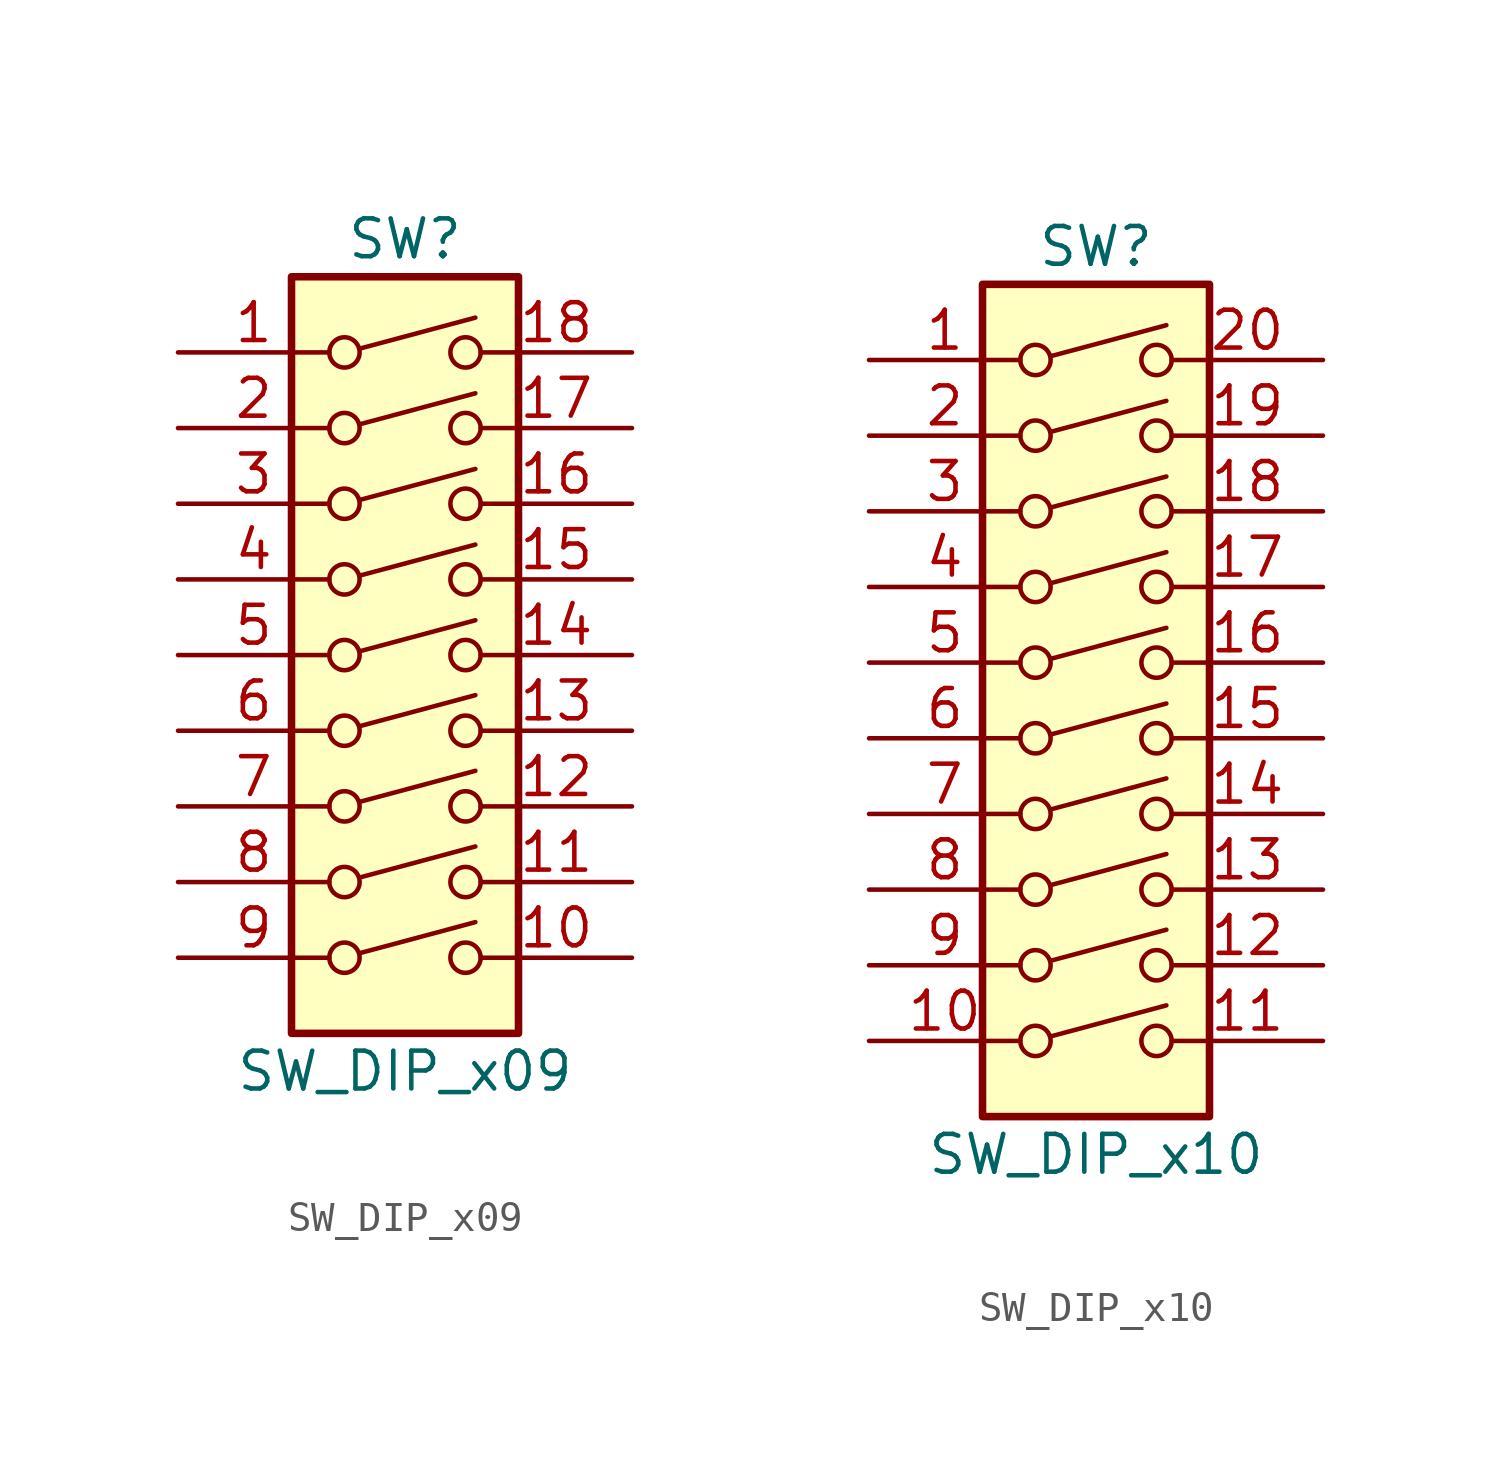
<source format=kicad_sym>
(kicad_symbol_lib
  (version 20241209)
  (generator "kicad_symbol_editor")
  (generator_version "9.0")
  (symbol "SW_DIP_x09"
    (pin_names
      (offset 0)
      (hide yes))
    (property "Reference" "SW"
      (at 0 13.97 0)
      (effects (font (size 1.27 1.27))))
    (property "Value" "SW_DIP_x09"
      (at 0 -13.97 0)
      (effects (font (size 1.27 1.27))))
    (symbol "SW_DIP_x09_0_0"
      (circle (center -2.032 10.16) (radius 0.508) (stroke (width 0) (type default)) (fill (type none)))
      (circle (center -2.032 7.62) (radius 0.508) (stroke (width 0) (type default)) (fill (type none)))
      (circle (center -2.032 5.08) (radius 0.508) (stroke (width 0) (type default)) (fill (type none)))
      (circle (center -2.032 2.54) (radius 0.508) (stroke (width 0) (type default)) (fill (type none)))
      (circle (center -2.032 0) (radius 0.508) (stroke (width 0) (type default)) (fill (type none)))
      (circle (center -2.032 -2.54) (radius 0.508) (stroke (width 0) (type default)) (fill (type none)))
      (circle (center -2.032 -5.08) (radius 0.508) (stroke (width 0) (type default)) (fill (type none)))
      (circle (center -2.032 -7.62) (radius 0.508) (stroke (width 0) (type default)) (fill (type none)))
      (circle (center -2.032 -10.16) (radius 0.508) (stroke (width 0) (type default)) (fill (type none)))
      (polyline (pts (xy -1.524 10.287) (xy 2.362 11.328)) (stroke (width 0) (type default)) (fill (type none)))
      (polyline (pts (xy -1.524 7.747) (xy 2.362 8.788)) (stroke (width 0) (type default)) (fill (type none)))
      (polyline (pts (xy -1.524 5.207) (xy 2.362 6.248)) (stroke (width 0) (type default)) (fill (type none)))
      (polyline (pts (xy -1.524 2.667) (xy 2.362 3.708)) (stroke (width 0) (type default)) (fill (type none)))
      (polyline (pts (xy -1.524 0.127) (xy 2.362 1.168)) (stroke (width 0) (type default)) (fill (type none)))
      (polyline (pts (xy -1.524 -2.388) (xy 2.362 -1.346)) (stroke (width 0) (type default)) (fill (type none)))
      (polyline (pts (xy -1.524 -4.928) (xy 2.362 -3.886)) (stroke (width 0) (type default)) (fill (type none)))
      (polyline (pts (xy -1.524 -7.468) (xy 2.362 -6.426)) (stroke (width 0) (type default)) (fill (type none)))
      (polyline (pts (xy -1.524 -10.008) (xy 2.362 -8.966)) (stroke (width 0) (type default)) (fill (type none)))
      (circle (center 2.032 10.16) (radius 0.508) (stroke (width 0) (type default)) (fill (type none)))
      (circle (center 2.032 7.62) (radius 0.508) (stroke (width 0) (type default)) (fill (type none)))
      (circle (center 2.032 5.08) (radius 0.508) (stroke (width 0) (type default)) (fill (type none)))
      (circle (center 2.032 2.54) (radius 0.508) (stroke (width 0) (type default)) (fill (type none)))
      (circle (center 2.032 0) (radius 0.508) (stroke (width 0) (type default)) (fill (type none)))
      (circle (center 2.032 -2.54) (radius 0.508) (stroke (width 0) (type default)) (fill (type none)))
      (circle (center 2.032 -5.08) (radius 0.508) (stroke (width 0) (type default)) (fill (type none)))
      (circle (center 2.032 -7.62) (radius 0.508) (stroke (width 0) (type default)) (fill (type none)))
      (circle (center 2.032 -10.16) (radius 0.508) (stroke (width 0) (type default)) (fill (type none))))
    (symbol "SW_DIP_x09_0_1"
      (rectangle (start -3.81 12.7) (end 3.81 -12.7) (stroke (width 0.254) (type default)) (fill (type background))))
    (symbol "SW_DIP_x09_1_1"
      (pin passive line (at -7.62 10.16 0) (length 5.08) (name "~" (effects (font (size 1.27 1.27)))) (number "1" (effects (font (size 1.27 1.27)))))
      (pin passive line (at -7.62 7.62 0) (length 5.08) (name "~" (effects (font (size 1.27 1.27)))) (number "2" (effects (font (size 1.27 1.27)))))
      (pin passive line (at -7.62 5.08 0) (length 5.08) (name "~" (effects (font (size 1.27 1.27)))) (number "3" (effects (font (size 1.27 1.27)))))
      (pin passive line (at -7.62 2.54 0) (length 5.08) (name "~" (effects (font (size 1.27 1.27)))) (number "4" (effects (font (size 1.27 1.27)))))
      (pin passive line (at -7.62 0 0) (length 5.08) (name "~" (effects (font (size 1.27 1.27)))) (number "5" (effects (font (size 1.27 1.27)))))
      (pin passive line (at -7.62 -2.54 0) (length 5.08) (name "~" (effects (font (size 1.27 1.27)))) (number "6" (effects (font (size 1.27 1.27)))))
      (pin passive line (at -7.62 -5.08 0) (length 5.08) (name "~" (effects (font (size 1.27 1.27)))) (number "7" (effects (font (size 1.27 1.27)))))
      (pin passive line (at -7.62 -7.62 0) (length 5.08) (name "~" (effects (font (size 1.27 1.27)))) (number "8" (effects (font (size 1.27 1.27)))))
      (pin passive line (at -7.62 -10.16 0) (length 5.08) (name "~" (effects (font (size 1.27 1.27)))) (number "9" (effects (font (size 1.27 1.27)))))
      (pin passive line (at 7.62 10.16 180) (length 5.08) (name "~" (effects (font (size 1.27 1.27)))) (number "18" (effects (font (size 1.27 1.27)))))
      (pin passive line (at 7.62 7.62 180) (length 5.08) (name "~" (effects (font (size 1.27 1.27)))) (number "17" (effects (font (size 1.27 1.27)))))
      (pin passive line (at 7.62 5.08 180) (length 5.08) (name "~" (effects (font (size 1.27 1.27)))) (number "16" (effects (font (size 1.27 1.27)))))
      (pin passive line (at 7.62 2.54 180) (length 5.08) (name "~" (effects (font (size 1.27 1.27)))) (number "15" (effects (font (size 1.27 1.27)))))
      (pin passive line (at 7.62 0 180) (length 5.08) (name "~" (effects (font (size 1.27 1.27)))) (number "14" (effects (font (size 1.27 1.27)))))
      (pin passive line (at 7.62 -2.54 180) (length 5.08) (name "~" (effects (font (size 1.27 1.27)))) (number "13" (effects (font (size 1.27 1.27)))))
      (pin passive line (at 7.62 -5.08 180) (length 5.08) (name "~" (effects (font (size 1.27 1.27)))) (number "12" (effects (font (size 1.27 1.27)))))
      (pin passive line (at 7.62 -7.62 180) (length 5.08) (name "~" (effects (font (size 1.27 1.27)))) (number "11" (effects (font (size 1.27 1.27)))))
      (pin passive line (at 7.62 -10.16 180) (length 5.08) (name "~" (effects (font (size 1.27 1.27)))) (number "10" (effects (font (size 1.27 1.27)))))))
  (symbol "SW_DIP_x10"
    (pin_names
      (offset 0)
      (hide yes))
    (property "Reference" "SW"
      (at 0 16.51 0)
      (effects (font (size 1.27 1.27))))
    (property "Value" "SW_DIP_x10"
      (at 0 -13.97 0)
      (effects (font (size 1.27 1.27))))
    (symbol "SW_DIP_x10_0_0"
      (circle (center -2.032 12.7) (radius 0.508) (stroke (width 0) (type default)) (fill (type none)))
      (circle (center -2.032 10.16) (radius 0.508) (stroke (width 0) (type default)) (fill (type none)))
      (circle (center -2.032 7.62) (radius 0.508) (stroke (width 0) (type default)) (fill (type none)))
      (circle (center -2.032 5.08) (radius 0.508) (stroke (width 0) (type default)) (fill (type none)))
      (circle (center -2.032 2.54) (radius 0.508) (stroke (width 0) (type default)) (fill (type none)))
      (circle (center -2.032 0) (radius 0.508) (stroke (width 0) (type default)) (fill (type none)))
      (circle (center -2.032 -2.54) (radius 0.508) (stroke (width 0) (type default)) (fill (type none)))
      (circle (center -2.032 -5.08) (radius 0.508) (stroke (width 0) (type default)) (fill (type none)))
      (circle (center -2.032 -7.62) (radius 0.508) (stroke (width 0) (type default)) (fill (type none)))
      (circle (center -2.032 -10.16) (radius 0.508) (stroke (width 0) (type default)) (fill (type none)))
      (polyline (pts (xy -1.524 12.827) (xy 2.362 13.868)) (stroke (width 0) (type default)) (fill (type none)))
      (polyline (pts (xy -1.524 10.287) (xy 2.362 11.328)) (stroke (width 0) (type default)) (fill (type none)))
      (polyline (pts (xy -1.524 7.747) (xy 2.362 8.788)) (stroke (width 0) (type default)) (fill (type none)))
      (polyline (pts (xy -1.524 5.207) (xy 2.362 6.248)) (stroke (width 0) (type default)) (fill (type none)))
      (polyline (pts (xy -1.524 2.667) (xy 2.362 3.708)) (stroke (width 0) (type default)) (fill (type none)))
      (polyline (pts (xy -1.524 0.127) (xy 2.362 1.168)) (stroke (width 0) (type default)) (fill (type none)))
      (polyline (pts (xy -1.524 -2.388) (xy 2.362 -1.346)) (stroke (width 0) (type default)) (fill (type none)))
      (polyline (pts (xy -1.524 -4.928) (xy 2.362 -3.886)) (stroke (width 0) (type default)) (fill (type none)))
      (polyline (pts (xy -1.524 -7.468) (xy 2.362 -6.426)) (stroke (width 0) (type default)) (fill (type none)))
      (polyline (pts (xy -1.524 -10.008) (xy 2.362 -8.966)) (stroke (width 0) (type default)) (fill (type none)))
      (circle (center 2.032 12.7) (radius 0.508) (stroke (width 0) (type default)) (fill (type none)))
      (circle (center 2.032 10.16) (radius 0.508) (stroke (width 0) (type default)) (fill (type none)))
      (circle (center 2.032 7.62) (radius 0.508) (stroke (width 0) (type default)) (fill (type none)))
      (circle (center 2.032 5.08) (radius 0.508) (stroke (width 0) (type default)) (fill (type none)))
      (circle (center 2.032 2.54) (radius 0.508) (stroke (width 0) (type default)) (fill (type none)))
      (circle (center 2.032 0) (radius 0.508) (stroke (width 0) (type default)) (fill (type none)))
      (circle (center 2.032 -2.54) (radius 0.508) (stroke (width 0) (type default)) (fill (type none)))
      (circle (center 2.032 -5.08) (radius 0.508) (stroke (width 0) (type default)) (fill (type none)))
      (circle (center 2.032 -7.62) (radius 0.508) (stroke (width 0) (type default)) (fill (type none)))
      (circle (center 2.032 -10.16) (radius 0.508) (stroke (width 0) (type default)) (fill (type none))))
    (symbol "SW_DIP_x10_0_1"
      (rectangle (start -3.81 15.24) (end 3.81 -12.7) (stroke (width 0.254) (type default)) (fill (type background))))
    (symbol "SW_DIP_x10_1_1"
      (pin passive line (at -7.62 12.7 0) (length 5.08) (name "~" (effects (font (size 1.27 1.27)))) (number "1" (effects (font (size 1.27 1.27)))))
      (pin passive line (at -7.62 10.16 0) (length 5.08) (name "~" (effects (font (size 1.27 1.27)))) (number "2" (effects (font (size 1.27 1.27)))))
      (pin passive line (at -7.62 7.62 0) (length 5.08) (name "~" (effects (font (size 1.27 1.27)))) (number "3" (effects (font (size 1.27 1.27)))))
      (pin passive line (at -7.62 5.08 0) (length 5.08) (name "~" (effects (font (size 1.27 1.27)))) (number "4" (effects (font (size 1.27 1.27)))))
      (pin passive line (at -7.62 2.54 0) (length 5.08) (name "~" (effects (font (size 1.27 1.27)))) (number "5" (effects (font (size 1.27 1.27)))))
      (pin passive line (at -7.62 0 0) (length 5.08) (name "~" (effects (font (size 1.27 1.27)))) (number "6" (effects (font (size 1.27 1.27)))))
      (pin passive line (at -7.62 -2.54 0) (length 5.08) (name "~" (effects (font (size 1.27 1.27)))) (number "7" (effects (font (size 1.27 1.27)))))
      (pin passive line (at -7.62 -5.08 0) (length 5.08) (name "~" (effects (font (size 1.27 1.27)))) (number "8" (effects (font (size 1.27 1.27)))))
      (pin passive line (at -7.62 -7.62 0) (length 5.08) (name "~" (effects (font (size 1.27 1.27)))) (number "9" (effects (font (size 1.27 1.27)))))
      (pin passive line (at -7.62 -10.16 0) (length 5.08) (name "~" (effects (font (size 1.27 1.27)))) (number "10" (effects (font (size 1.27 1.27)))))
      (pin passive line (at 7.62 12.7 180) (length 5.08) (name "~" (effects (font (size 1.27 1.27)))) (number "20" (effects (font (size 1.27 1.27)))))
      (pin passive line (at 7.62 10.16 180) (length 5.08) (name "~" (effects (font (size 1.27 1.27)))) (number "19" (effects (font (size 1.27 1.27)))))
      (pin passive line (at 7.62 7.62 180) (length 5.08) (name "~" (effects (font (size 1.27 1.27)))) (number "18" (effects (font (size 1.27 1.27)))))
      (pin passive line (at 7.62 5.08 180) (length 5.08) (name "~" (effects (font (size 1.27 1.27)))) (number "17" (effects (font (size 1.27 1.27)))))
      (pin passive line (at 7.62 2.54 180) (length 5.08) (name "~" (effects (font (size 1.27 1.27)))) (number "16" (effects (font (size 1.27 1.27)))))
      (pin passive line (at 7.62 0 180) (length 5.08) (name "~" (effects (font (size 1.27 1.27)))) (number "15" (effects (font (size 1.27 1.27)))))
      (pin passive line (at 7.62 -2.54 180) (length 5.08) (name "~" (effects (font (size 1.27 1.27)))) (number "14" (effects (font (size 1.27 1.27)))))
      (pin passive line (at 7.62 -5.08 180) (length 5.08) (name "~" (effects (font (size 1.27 1.27)))) (number "13" (effects (font (size 1.27 1.27)))))
      (pin passive line (at 7.62 -7.62 180) (length 5.08) (name "~" (effects (font (size 1.27 1.27)))) (number "12" (effects (font (size 1.27 1.27)))))
      (pin passive line (at 7.62 -10.16 180) (length 5.08) (name "~" (effects (font (size 1.27 1.27)))) (number "11" (effects (font (size 1.27 1.27))))))))
</source>
